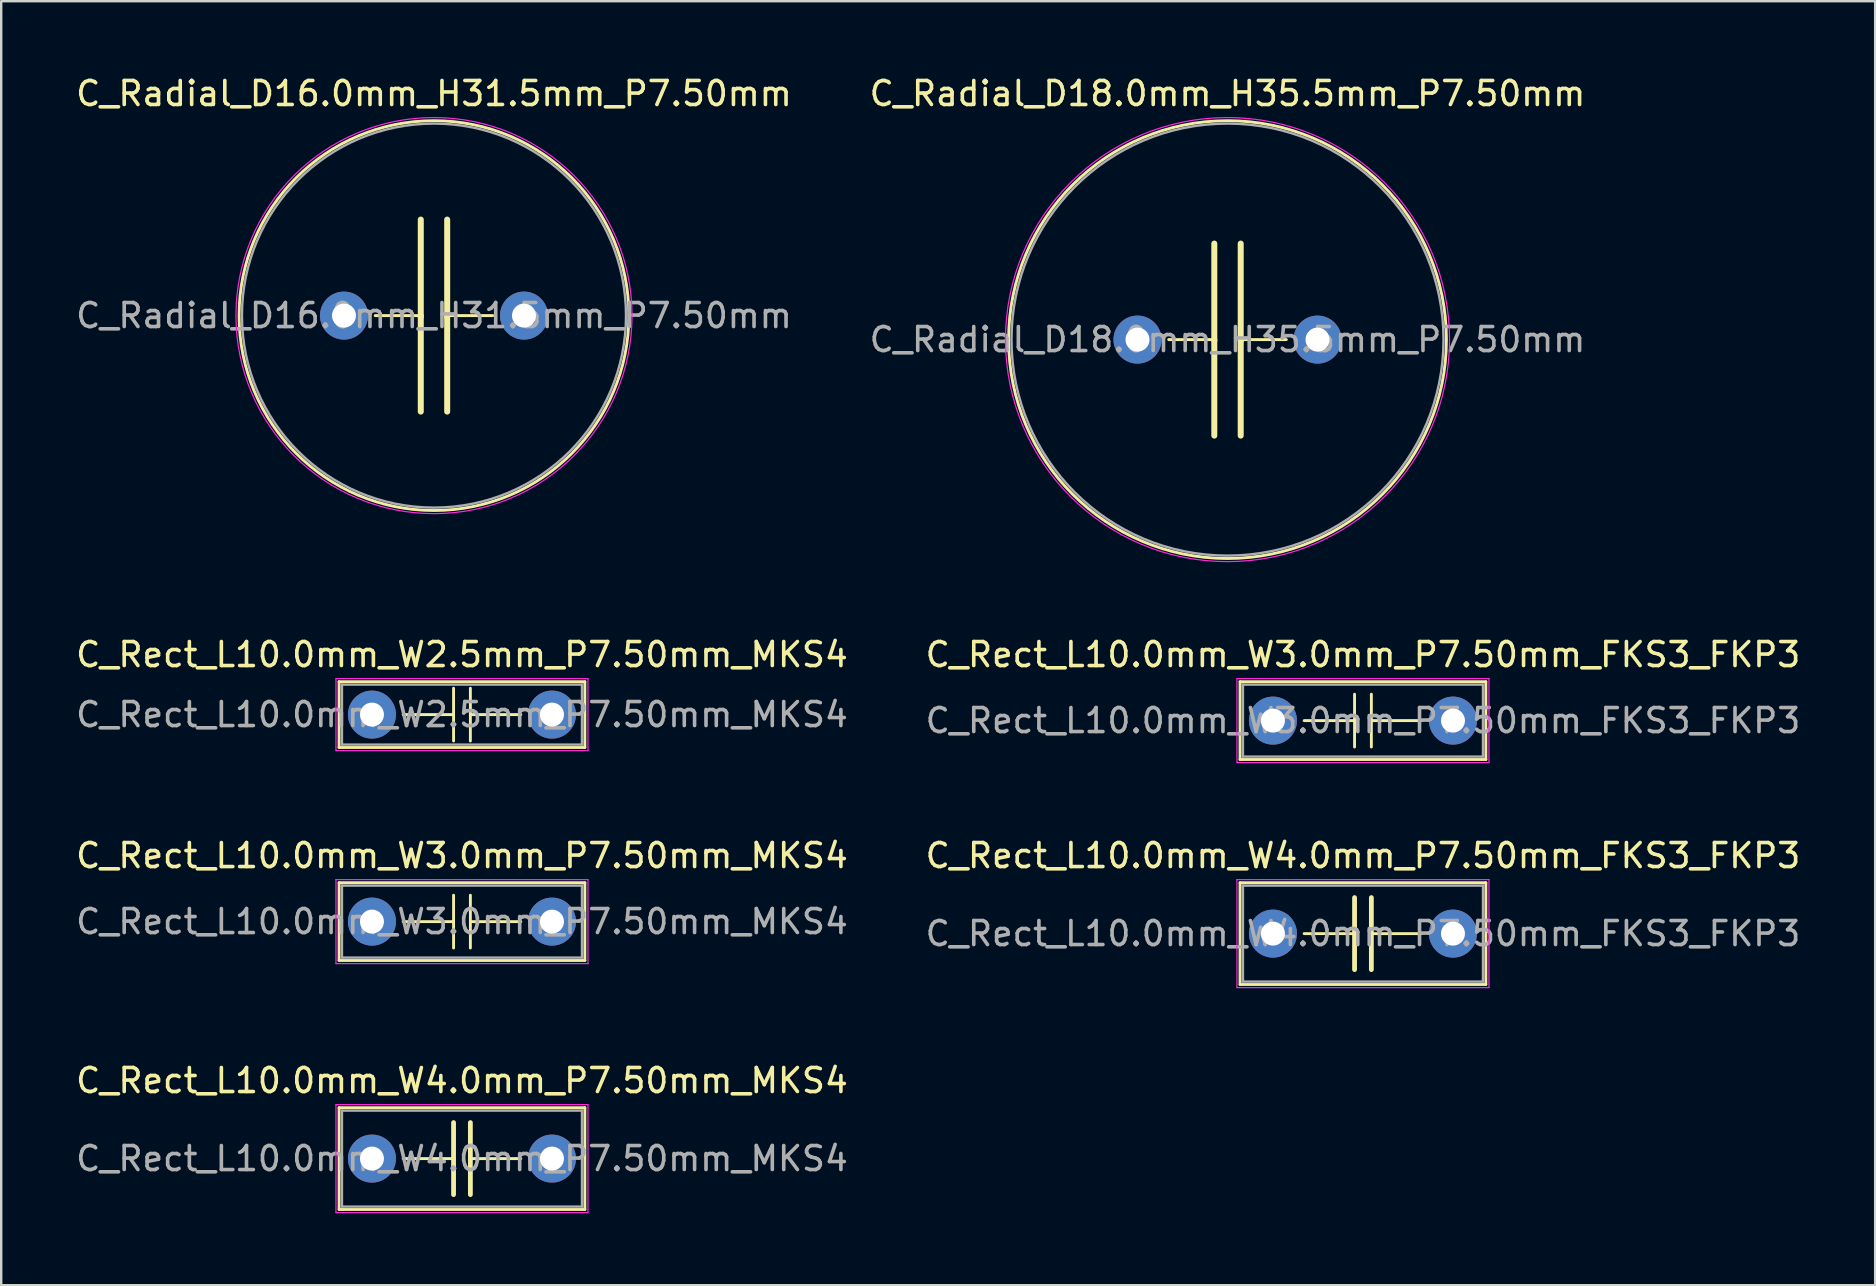
<source format=kicad_pcb>
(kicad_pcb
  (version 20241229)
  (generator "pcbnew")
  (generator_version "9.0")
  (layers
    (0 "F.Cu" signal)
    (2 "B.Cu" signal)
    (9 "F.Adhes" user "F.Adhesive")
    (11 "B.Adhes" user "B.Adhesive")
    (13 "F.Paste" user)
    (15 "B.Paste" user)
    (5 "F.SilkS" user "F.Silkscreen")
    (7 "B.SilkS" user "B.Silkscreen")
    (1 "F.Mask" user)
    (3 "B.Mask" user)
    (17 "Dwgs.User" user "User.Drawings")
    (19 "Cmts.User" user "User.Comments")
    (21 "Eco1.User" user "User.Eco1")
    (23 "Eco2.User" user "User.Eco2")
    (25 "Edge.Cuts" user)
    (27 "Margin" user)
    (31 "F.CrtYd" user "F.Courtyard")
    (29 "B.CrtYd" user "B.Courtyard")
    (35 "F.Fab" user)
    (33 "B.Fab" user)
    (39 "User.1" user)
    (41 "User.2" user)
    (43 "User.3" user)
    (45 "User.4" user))
  (footprint "C_Radial_D18.0mm_H35.5mm_P7.50mm"
    (layer "F.Cu")
    (at 44.339 11.098)
    (property "Reference" "C_Radial_D18.0mm_H35.5mm_P7.50mm" (at 3.75 -10.25 0) (layer "F.SilkS") (effects (font (size 1 1) (thickness 0.15))))
    (fp_line (start 1.3 0) (end 3.2 0) (stroke (width 0.12) (type solid)) (layer "F.SilkS"))
    (fp_line (start 3.2 0.05) (end 3.2 -4) (stroke (width 0.25) (type solid)) (layer "F.SilkS"))
    (fp_line (start 3.2 4) (end 3.2 0) (stroke (width 0.25) (type solid)) (layer "F.SilkS"))
    (fp_line (start 4.3 0) (end 6.2 0) (stroke (width 0.12) (type solid)) (layer "F.SilkS"))
    (fp_line (start 4.3 0.05) (end 4.3 -4) (stroke (width 0.25) (type solid)) (layer "F.SilkS"))
    (fp_line (start 4.3 4) (end 4.3 0) (stroke (width 0.25) (type solid)) (layer "F.SilkS"))
    (fp_circle (center 3.75 0) (end 12.87 0) (stroke (width 0.12) (type solid)) (fill no) (layer "F.SilkS"))
    (fp_circle (center 3.75 0) (end 13 0) (stroke (width 0.05) (type solid)) (fill no) (layer "F.CrtYd"))
    (fp_circle (center 3.75 0) (end 12.75 0) (stroke (width 0.1) (type solid)) (fill no) (layer "F.Fab"))
    (fp_text user "${REFERENCE}" (at 3.75 0 0) (layer "F.Fab") (effects (font (size 1 1) (thickness 0.15))))
    (pad "1" thru_hole circle (at 0 0) (size 2 2) (drill 1) (layers "*.Cu" "*.Mask"))
    (pad "2" thru_hole circle (at 7.5 0) (size 2 2) (drill 1) (layers "*.Cu" "*.Mask")))
  (footprint "C_Rect_L10.0mm_W3.0mm_P7.50mm_FKS3_FKP3"
    (layer "F.Cu")
    (at 49.982 26.971)
    (property "Reference" "C_Rect_L10.0mm_W3.0mm_P7.50mm_FKS3_FKP3" (at 3.75 -2.75 0) (layer "F.SilkS") (effects (font (size 1 1) (thickness 0.15))))
    (attr through_hole)
    (fp_line (start -1.37 -1.62) (end -1.37 1.62) (stroke (width 0.12) (type solid)) (layer "F.SilkS"))
    (fp_line (start -1.37 -1.62) (end 8.87 -1.62) (stroke (width 0.12) (type solid)) (layer "F.SilkS"))
    (fp_line (start -1.37 1.62) (end 8.87 1.62) (stroke (width 0.12) (type solid)) (layer "F.SilkS"))
    (fp_line (start 1.3 0) (end 3.4 0) (stroke (width 0.12) (type solid)) (layer "F.SilkS"))
    (fp_line (start 3.4 -1.1) (end 3.4 1.1) (stroke (width 0.12) (type solid)) (layer "F.SilkS"))
    (fp_line (start 4.1 -1.1) (end 4.1 1.1) (stroke (width 0.12) (type solid)) (layer "F.SilkS"))
    (fp_line (start 4.1 0) (end 6.2 0) (stroke (width 0.12) (type solid)) (layer "F.SilkS"))
    (fp_line (start 8.87 -1.62) (end 8.87 1.62) (stroke (width 0.12) (type solid)) (layer "F.SilkS"))
    (fp_line (start -1.5 -1.75) (end -1.5 1.75) (stroke (width 0.05) (type solid)) (layer "F.CrtYd"))
    (fp_line (start -1.5 1.75) (end 9 1.75) (stroke (width 0.05) (type solid)) (layer "F.CrtYd"))
    (fp_line (start 9 -1.75) (end -1.5 -1.75) (stroke (width 0.05) (type solid)) (layer "F.CrtYd"))
    (fp_line (start 9 1.75) (end 9 -1.75) (stroke (width 0.05) (type solid)) (layer "F.CrtYd"))
    (fp_line (start -1.25 -1.5) (end -1.25 1.5) (stroke (width 0.1) (type solid)) (layer "F.Fab"))
    (fp_line (start -1.25 1.5) (end 8.75 1.5) (stroke (width 0.1) (type solid)) (layer "F.Fab"))
    (fp_line (start 8.75 -1.5) (end -1.25 -1.5) (stroke (width 0.1) (type solid)) (layer "F.Fab"))
    (fp_line (start 8.75 1.5) (end 8.75 -1.5) (stroke (width 0.1) (type solid)) (layer "F.Fab"))
    (fp_text user "${REFERENCE}" (at 3.75 0 0) (layer "F.Fab") (effects (font (size 1 1) (thickness 0.15))))
    (pad "1" thru_hole circle (at 0 0) (size 2 2) (drill 1) (layers "*.Cu" "*.Mask"))
    (pad "2" thru_hole circle (at 7.5 0) (size 2 2) (drill 1) (layers "*.Cu" "*.Mask")))
  (footprint "C_Radial_D16.0mm_H31.5mm_P7.50mm"
    (layer "F.Cu")
    (at 11.28 10.098)
    (property "Reference" "C_Radial_D16.0mm_H31.5mm_P7.50mm" (at 3.75 -9.25 0) (layer "F.SilkS") (effects (font (size 1 1) (thickness 0.15))))
    (fp_line (start 1.3 0) (end 3.2 0) (stroke (width 0.12) (type solid)) (layer "F.SilkS"))
    (fp_line (start 3.2 0.05) (end 3.2 -4) (stroke (width 0.25) (type solid)) (layer "F.SilkS"))
    (fp_line (start 3.2 4) (end 3.2 0) (stroke (width 0.25) (type solid)) (layer "F.SilkS"))
    (fp_line (start 4.3 0) (end 6.2 0) (stroke (width 0.12) (type solid)) (layer "F.SilkS"))
    (fp_line (start 4.3 0.05) (end 4.3 -4) (stroke (width 0.25) (type solid)) (layer "F.SilkS"))
    (fp_line (start 4.3 4) (end 4.3 0) (stroke (width 0.25) (type solid)) (layer "F.SilkS"))
    (fp_circle (center 3.75 0) (end 11.87 0) (stroke (width 0.12) (type solid)) (fill no) (layer "F.SilkS"))
    (fp_circle (center 3.75 0) (end 12 0) (stroke (width 0.05) (type solid)) (fill no) (layer "F.CrtYd"))
    (fp_circle (center 3.75 0) (end 11.75 0) (stroke (width 0.1) (type solid)) (fill no) (layer "F.Fab"))
    (fp_text user "${REFERENCE}" (at 3.75 0 0) (layer "F.Fab") (effects (font (size 1 1) (thickness 0.15))))
    (pad "1" thru_hole circle (at 0 0) (size 2 2) (drill 1) (layers "*.Cu" "*.Mask"))
    (pad "2" thru_hole circle (at 7.5 0) (size 2 2) (drill 1) (layers "*.Cu" "*.Mask")))
  (footprint "C_Rect_L10.0mm_W2.5mm_P7.50mm_MKS4"
    (layer "F.Cu")
    (at 12.446 26.721)
    (property "Reference" "C_Rect_L10.0mm_W2.5mm_P7.50mm_MKS4" (at 3.75 -2.5 0) (layer "F.SilkS") (effects (font (size 1 1) (thickness 0.15))))
    (attr through_hole)
    (fp_line (start -1.37 -1.37) (end -1.37 1.37) (stroke (width 0.12) (type solid)) (layer "F.SilkS"))
    (fp_line (start -1.37 -1.37) (end 8.87 -1.37) (stroke (width 0.12) (type solid)) (layer "F.SilkS"))
    (fp_line (start -1.37 1.37) (end 8.87 1.37) (stroke (width 0.12) (type solid)) (layer "F.SilkS"))
    (fp_line (start 1.3 0) (end 3.4 0) (stroke (width 0.12) (type solid)) (layer "F.SilkS"))
    (fp_line (start 3.4 -1.1) (end 3.4 1.1) (stroke (width 0.12) (type solid)) (layer "F.SilkS"))
    (fp_line (start 4.1 -1.1) (end 4.1 1.1) (stroke (width 0.12) (type solid)) (layer "F.SilkS"))
    (fp_line (start 4.1 0) (end 6.2 0) (stroke (width 0.12) (type solid)) (layer "F.SilkS"))
    (fp_line (start 8.87 -1.37) (end 8.87 1.37) (stroke (width 0.12) (type solid)) (layer "F.SilkS"))
    (fp_line (start -1.5 -1.5) (end -1.5 1.5) (stroke (width 0.05) (type solid)) (layer "F.CrtYd"))
    (fp_line (start -1.5 1.5) (end 9 1.5) (stroke (width 0.05) (type solid)) (layer "F.CrtYd"))
    (fp_line (start 9 -1.5) (end -1.5 -1.5) (stroke (width 0.05) (type solid)) (layer "F.CrtYd"))
    (fp_line (start 9 1.5) (end 9 -1.5) (stroke (width 0.05) (type solid)) (layer "F.CrtYd"))
    (fp_line (start -1.25 -1.25) (end -1.25 1.25) (stroke (width 0.1) (type solid)) (layer "F.Fab"))
    (fp_line (start -1.25 1.25) (end 8.75 1.25) (stroke (width 0.1) (type solid)) (layer "F.Fab"))
    (fp_line (start 8.75 -1.25) (end -1.25 -1.25) (stroke (width 0.1) (type solid)) (layer "F.Fab"))
    (fp_line (start 8.75 1.25) (end 8.75 -1.25) (stroke (width 0.1) (type solid)) (layer "F.Fab"))
    (fp_text user "${REFERENCE}" (at 3.75 0 0) (layer "F.Fab") (effects (font (size 1 1) (thickness 0.15))))
    (pad "1" thru_hole circle (at 0 0) (size 2 2) (drill 1) (layers "*.Cu" "*.Mask"))
    (pad "2" thru_hole circle (at 7.5 0) (size 2 2) (drill 1) (layers "*.Cu" "*.Mask")))
  (footprint "C_Rect_L10.0mm_W4.0mm_P7.50mm_MKS4"
    (layer "F.Cu")
    (at 12.446 45.218)
    (property "Reference" "C_Rect_L10.0mm_W4.0mm_P7.50mm_MKS4" (at 3.75 -3.25 0) (layer "F.SilkS") (effects (font (size 1 1) (thickness 0.15))))
    (attr through_hole)
    (fp_line (start -1.37 -2.12) (end -1.37 2.12) (stroke (width 0.12) (type solid)) (layer "F.SilkS"))
    (fp_line (start -1.37 -2.12) (end 8.87 -2.12) (stroke (width 0.12) (type solid)) (layer "F.SilkS"))
    (fp_line (start -1.37 2.12) (end 8.87 2.12) (stroke (width 0.12) (type solid)) (layer "F.SilkS"))
    (fp_line (start 1.3 0) (end 3.4 0) (stroke (width 0.12) (type solid)) (layer "F.SilkS"))
    (fp_line (start 3.4 -1.5) (end 3.4 1.5) (stroke (width 0.2) (type solid)) (layer "F.SilkS"))
    (fp_line (start 4.1 -1.5) (end 4.1 1.5) (stroke (width 0.2) (type solid)) (layer "F.SilkS"))
    (fp_line (start 4.1 0) (end 6.2 0) (stroke (width 0.12) (type solid)) (layer "F.SilkS"))
    (fp_line (start 8.87 -2.12) (end 8.87 2.12) (stroke (width 0.12) (type solid)) (layer "F.SilkS"))
    (fp_line (start -1.5 -2.25) (end -1.5 2.25) (stroke (width 0.05) (type solid)) (layer "F.CrtYd"))
    (fp_line (start -1.5 2.25) (end 9 2.25) (stroke (width 0.05) (type solid)) (layer "F.CrtYd"))
    (fp_line (start 9 -2.25) (end -1.5 -2.25) (stroke (width 0.05) (type solid)) (layer "F.CrtYd"))
    (fp_line (start 9 2.25) (end 9 -2.25) (stroke (width 0.05) (type solid)) (layer "F.CrtYd"))
    (fp_line (start -1.25 -2) (end -1.25 2) (stroke (width 0.1) (type solid)) (layer "F.Fab"))
    (fp_line (start -1.25 2) (end 8.75 2) (stroke (width 0.1) (type solid)) (layer "F.Fab"))
    (fp_line (start 8.75 -2) (end -1.25 -2) (stroke (width 0.1) (type solid)) (layer "F.Fab"))
    (fp_line (start 8.75 2) (end 8.75 -2) (stroke (width 0.1) (type solid)) (layer "F.Fab"))
    (fp_text user "${REFERENCE}" (at 3.75 0 0) (layer "F.Fab") (effects (font (size 1 1) (thickness 0.15))))
    (pad "1" thru_hole circle (at 0 0) (size 2 2) (drill 1) (layers "*.Cu" "*.Mask"))
    (pad "2" thru_hole circle (at 7.5 0) (size 2 2) (drill 1) (layers "*.Cu" "*.Mask")))
  (footprint "C_Rect_L10.0mm_W3.0mm_P7.50mm_MKS4"
    (layer "F.Cu")
    (at 12.446 35.345)
    (property "Reference" "C_Rect_L10.0mm_W3.0mm_P7.50mm_MKS4" (at 3.75 -2.75 0) (layer "F.SilkS") (effects (font (size 1 1) (thickness 0.15))))
    (attr through_hole)
    (fp_line (start -1.37 -1.62) (end -1.37 1.62) (stroke (width 0.12) (type solid)) (layer "F.SilkS"))
    (fp_line (start -1.37 -1.62) (end 8.87 -1.62) (stroke (width 0.12) (type solid)) (layer "F.SilkS"))
    (fp_line (start -1.37 1.62) (end 8.87 1.62) (stroke (width 0.12) (type solid)) (layer "F.SilkS"))
    (fp_line (start 1.3 0) (end 3.4 0) (stroke (width 0.12) (type solid)) (layer "F.SilkS"))
    (fp_line (start 3.4 -1.1) (end 3.4 1.1) (stroke (width 0.12) (type solid)) (layer "F.SilkS"))
    (fp_line (start 4.1 -1.1) (end 4.1 1.1) (stroke (width 0.12) (type solid)) (layer "F.SilkS"))
    (fp_line (start 4.1 0) (end 6.2 0) (stroke (width 0.12) (type solid)) (layer "F.SilkS"))
    (fp_line (start 8.87 -1.62) (end 8.87 1.62) (stroke (width 0.12) (type solid)) (layer "F.SilkS"))
    (fp_line (start -1.5 -1.75) (end -1.5 1.75) (stroke (width 0.05) (type solid)) (layer "F.CrtYd"))
    (fp_line (start -1.5 1.75) (end 9 1.75) (stroke (width 0.05) (type solid)) (layer "F.CrtYd"))
    (fp_line (start 9 -1.75) (end -1.5 -1.75) (stroke (width 0.05) (type solid)) (layer "F.CrtYd"))
    (fp_line (start 9 1.75) (end 9 -1.75) (stroke (width 0.05) (type solid)) (layer "F.CrtYd"))
    (fp_line (start -1.25 -1.5) (end -1.25 1.5) (stroke (width 0.1) (type solid)) (layer "F.Fab"))
    (fp_line (start -1.25 1.5) (end 8.75 1.5) (stroke (width 0.1) (type solid)) (layer "F.Fab"))
    (fp_line (start 8.75 -1.5) (end -1.25 -1.5) (stroke (width 0.1) (type solid)) (layer "F.Fab"))
    (fp_line (start 8.75 1.5) (end 8.75 -1.5) (stroke (width 0.1) (type solid)) (layer "F.Fab"))
    (fp_text user "${REFERENCE}" (at 3.75 0 0) (layer "F.Fab") (effects (font (size 1 1) (thickness 0.15))))
    (pad "1" thru_hole circle (at 0 0) (size 2 2) (drill 1) (layers "*.Cu" "*.Mask"))
    (pad "2" thru_hole circle (at 7.5 0) (size 2 2) (drill 1) (layers "*.Cu" "*.Mask")))
  (footprint "C_Rect_L10.0mm_W4.0mm_P7.50mm_FKS3_FKP3"
    (layer "F.Cu")
    (at 49.982 35.845)
    (property "Reference" "C_Rect_L10.0mm_W4.0mm_P7.50mm_FKS3_FKP3" (at 3.75 -3.25 0) (layer "F.SilkS") (effects (font (size 1 1) (thickness 0.15))))
    (attr through_hole)
    (fp_line (start -1.37 -2.12) (end -1.37 2.12) (stroke (width 0.12) (type solid)) (layer "F.SilkS"))
    (fp_line (start -1.37 -2.12) (end 8.87 -2.12) (stroke (width 0.12) (type solid)) (layer "F.SilkS"))
    (fp_line (start -1.37 2.12) (end 8.87 2.12) (stroke (width 0.12) (type solid)) (layer "F.SilkS"))
    (fp_line (start 1.3 0) (end 3.4 0) (stroke (width 0.12) (type solid)) (layer "F.SilkS"))
    (fp_line (start 3.4 -1.5) (end 3.4 1.5) (stroke (width 0.2) (type solid)) (layer "F.SilkS"))
    (fp_line (start 4.1 -1.5) (end 4.1 1.5) (stroke (width 0.2) (type solid)) (layer "F.SilkS"))
    (fp_line (start 4.1 0) (end 6.2 0) (stroke (width 0.12) (type solid)) (layer "F.SilkS"))
    (fp_line (start 8.87 -2.12) (end 8.87 2.12) (stroke (width 0.12) (type solid)) (layer "F.SilkS"))
    (fp_line (start -1.5 -2.25) (end -1.5 2.25) (stroke (width 0.05) (type solid)) (layer "F.CrtYd"))
    (fp_line (start -1.5 2.25) (end 9 2.25) (stroke (width 0.05) (type solid)) (layer "F.CrtYd"))
    (fp_line (start 9 -2.25) (end -1.5 -2.25) (stroke (width 0.05) (type solid)) (layer "F.CrtYd"))
    (fp_line (start 9 2.25) (end 9 -2.25) (stroke (width 0.05) (type solid)) (layer "F.CrtYd"))
    (fp_line (start -1.25 -2) (end -1.25 2) (stroke (width 0.1) (type solid)) (layer "F.Fab"))
    (fp_line (start -1.25 2) (end 8.75 2) (stroke (width 0.1) (type solid)) (layer "F.Fab"))
    (fp_line (start 8.75 -2) (end -1.25 -2) (stroke (width 0.1) (type solid)) (layer "F.Fab"))
    (fp_line (start 8.75 2) (end 8.75 -2) (stroke (width 0.1) (type solid)) (layer "F.Fab"))
    (fp_text user "${REFERENCE}" (at 3.75 0 0) (layer "F.Fab") (effects (font (size 1 1) (thickness 0.15))))
    (pad "1" thru_hole circle (at 0 0) (size 2 2) (drill 1) (layers "*.Cu" "*.Mask"))
    (pad "2" thru_hole circle (at 7.5 0) (size 2 2) (drill 1) (layers "*.Cu" "*.Mask")))
  (gr_rect
    (start -3 -3)
    (end 75.071 50.493)
    (stroke (width 0.1) (type default))
    (fill no)
    (layer "Edge.Cuts")))
</source>
